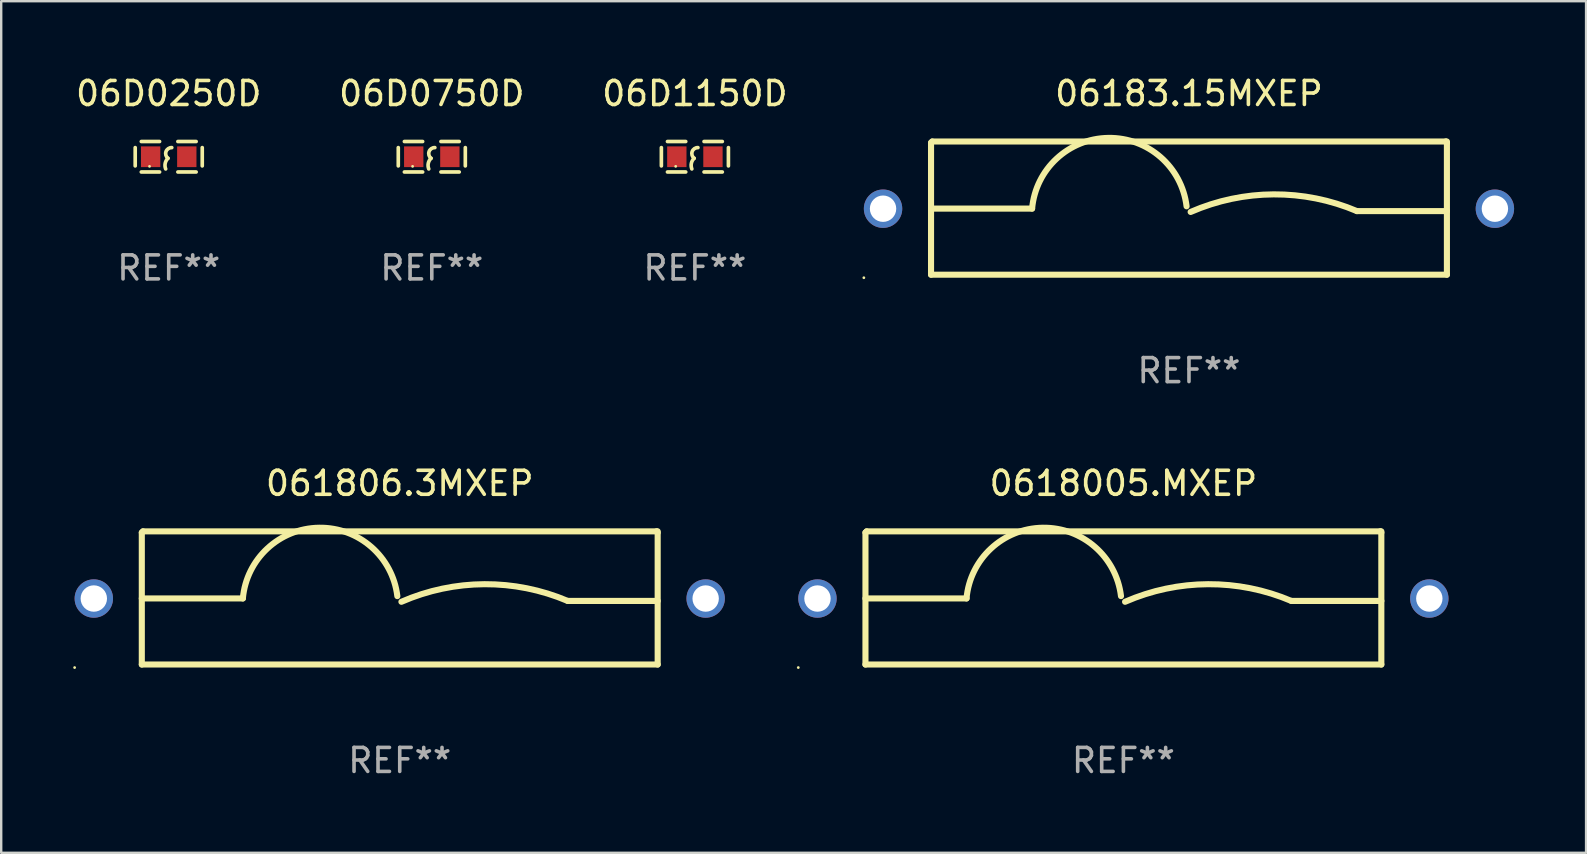
<source format=kicad_pcb>
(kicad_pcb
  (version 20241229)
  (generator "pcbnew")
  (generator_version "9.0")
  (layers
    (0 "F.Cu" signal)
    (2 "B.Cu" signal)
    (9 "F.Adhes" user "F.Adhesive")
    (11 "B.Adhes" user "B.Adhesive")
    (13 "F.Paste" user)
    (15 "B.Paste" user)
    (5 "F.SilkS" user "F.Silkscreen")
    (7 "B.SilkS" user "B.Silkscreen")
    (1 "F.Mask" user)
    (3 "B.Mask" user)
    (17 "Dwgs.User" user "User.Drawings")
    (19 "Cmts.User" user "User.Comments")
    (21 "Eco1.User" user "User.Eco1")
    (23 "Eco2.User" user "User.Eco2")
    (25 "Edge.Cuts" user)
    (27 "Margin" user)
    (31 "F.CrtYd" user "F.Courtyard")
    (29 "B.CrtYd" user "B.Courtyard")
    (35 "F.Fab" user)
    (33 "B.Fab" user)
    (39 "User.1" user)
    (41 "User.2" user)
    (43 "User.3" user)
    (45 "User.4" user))
  (footprint "061806.3MXEP"
    (layer "F.Cu")
    (at 13.61 21.87)
    (property "Reference" "061806.3MXEP" (at 0 -4.775 0) (layer "F.SilkS") (effects (font (size 1 1) (thickness 0.15))))
    (attr through_hole)
    (fp_line (start -10.75 -2.725) (end -10.7 -2.775) (stroke (width 0.254) (type solid)) (layer "F.SilkS"))
    (fp_line (start -10.75 2.775) (end -10.75 -2.725) (stroke (width 0.254) (type solid)) (layer "F.SilkS"))
    (fp_line (start -10.75 2.775) (end 10.75 2.775) (stroke (width 0.254) (type solid)) (layer "F.SilkS"))
    (fp_line (start -10.7 -2.775) (end 10.7 -2.775) (stroke (width 0.254) (type solid)) (layer "F.SilkS"))
    (fp_line (start -6.538 0.021) (end -10.75 0.021) (stroke (width 0.254) (type solid)) (layer "F.SilkS"))
    (fp_line (start 7 0.125) (end 10.75 0.125) (stroke (width 0.254) (type solid)) (layer "F.SilkS"))
    (fp_line (start 10.7 -2.775) (end 10.75 -2.725) (stroke (width 0.254) (type solid)) (layer "F.SilkS"))
    (fp_line (start 10.75 2.775) (end 10.75 -2.775) (stroke (width 0.254) (type solid)) (layer "F.SilkS"))
    (fp_arc (start -6.538277 0.020573) (mid -3.362163 -2.925392) (end -0.1 -0.075006) (stroke (width 0.254001) (type solid)) (layer "F.SilkS"))
    (fp_arc (start 0.069571 0.160528) (mid 3.531132 -0.572293) (end 7.000025 0.124994) (stroke (width 0.254001) (type solid)) (layer "F.SilkS"))
    (fp_circle (center -13.55 2.902) (end -13.52 2.902) (stroke (width 0.06) (type solid)) (fill no) (layer "F.SilkS"))
    (fp_text user "REF**" (at 0 6.775 0) (layer "F.Fab") (effects (font (size 1 1) (thickness 0.15))))
    (pad "1" thru_hole circle (at -12.75 0.025) (size 1.6 1.6) (drill 1.1) (layers "*.Cu" "*.Mask"))
    (pad "2" thru_hole circle (at 12.75 0.025) (size 1.6 1.6) (drill 1.1) (layers "*.Cu" "*.Mask")))
  (footprint "06183.15MXEP"
    (layer "F.Cu")
    (at 46.503 5.623)
    (property "Reference" "06183.15MXEP" (at 0 -4.775 0) (layer "F.SilkS") (effects (font (size 1 1) (thickness 0.15))))
    (attr through_hole)
    (fp_line (start -10.75 -2.725) (end -10.7 -2.775) (stroke (width 0.254) (type solid)) (layer "F.SilkS"))
    (fp_line (start -10.75 2.775) (end -10.75 -2.725) (stroke (width 0.254) (type solid)) (layer "F.SilkS"))
    (fp_line (start -10.75 2.775) (end 10.75 2.775) (stroke (width 0.254) (type solid)) (layer "F.SilkS"))
    (fp_line (start -10.7 -2.775) (end 10.7 -2.775) (stroke (width 0.254) (type solid)) (layer "F.SilkS"))
    (fp_line (start -6.538 0.021) (end -10.75 0.021) (stroke (width 0.254) (type solid)) (layer "F.SilkS"))
    (fp_line (start 7 0.125) (end 10.75 0.125) (stroke (width 0.254) (type solid)) (layer "F.SilkS"))
    (fp_line (start 10.7 -2.775) (end 10.75 -2.725) (stroke (width 0.254) (type solid)) (layer "F.SilkS"))
    (fp_line (start 10.75 2.775) (end 10.75 -2.775) (stroke (width 0.254) (type solid)) (layer "F.SilkS"))
    (fp_arc (start -6.538277 0.020573) (mid -3.362163 -2.925392) (end -0.1 -0.075006) (stroke (width 0.254001) (type solid)) (layer "F.SilkS"))
    (fp_arc (start 0.069571 0.160528) (mid 3.531132 -0.572293) (end 7.000025 0.124994) (stroke (width 0.254001) (type solid)) (layer "F.SilkS"))
    (fp_circle (center -13.55 2.902) (end -13.52 2.902) (stroke (width 0.06) (type solid)) (fill no) (layer "F.SilkS"))
    (fp_text user "REF**" (at 0 6.775 0) (layer "F.Fab") (effects (font (size 1 1) (thickness 0.15))))
    (pad "1" thru_hole circle (at -12.75 0.025) (size 1.6 1.6) (drill 1.1) (layers "*.Cu" "*.Mask"))
    (pad "2" thru_hole circle (at 12.75 0.025) (size 1.6 1.6) (drill 1.1) (layers "*.Cu" "*.Mask")))
  (footprint "06D0750D"
    (layer "F.Cu")
    (at 14.946 3.483)
    (property "Reference" "06D0750D" (at 0 -2.635 0) (layer "F.SilkS") (effects (font (size 1 1) (thickness 0.15))))
    (attr through_hole)
    (fp_line (start -1.397 -0.381) (end -1.397 0.381) (stroke (width 0.152) (type solid)) (layer "F.SilkS"))
    (fp_line (start -0.381 -0.635) (end -1.143 -0.635) (stroke (width 0.152) (type solid)) (layer "F.SilkS"))
    (fp_line (start -0.381 0.635) (end -1.143 0.635) (stroke (width 0.152) (type solid)) (layer "F.SilkS"))
    (fp_line (start 0.381 -0.635) (end 1.143 -0.635) (stroke (width 0.152) (type solid)) (layer "F.SilkS"))
    (fp_line (start 0.381 0.635) (end 1.143 0.635) (stroke (width 0.152) (type solid)) (layer "F.SilkS"))
    (fp_line (start 1.397 -0.381) (end 1.397 0.381) (stroke (width 0.152) (type solid)) (layer "F.SilkS"))
    (fp_arc (start -0.127 0.508001) (mid -0.146523 0.271131) (end -0.030861 0.0635) (stroke (width 0.151994) (type solid)) (layer "F.SilkS"))
    (fp_arc (start -0.03175 0.0635) (mid -0.113571 -0.216321) (end 0.127001 -0.381002) (stroke (width 0.151994) (type solid)) (layer "F.SilkS"))
    (fp_circle (center -0.8 0.4) (end -0.77 0.4) (stroke (width 0.06) (type solid)) (fill no) (layer "F.SilkS"))
    (fp_text user "REF**" (at 0 4.635 0) (layer "F.Fab") (effects (font (size 1 1) (thickness 0.15))))
    (pad "1" smd rect (at -0.753 0) (size 0.806 0.864) (layers "F.Cu" "F.Mask" "F.Paste"))
    (pad "2" smd rect (at 0.753 0) (size 0.806 0.864) (layers "F.Cu" "F.Mask" "F.Paste")))
  (footprint "06D1150D"
    (layer "F.Cu")
    (at 25.911 3.483)
    (property "Reference" "06D1150D" (at 0 -2.635 0) (layer "F.SilkS") (effects (font (size 1 1) (thickness 0.15))))
    (attr through_hole)
    (fp_line (start -1.397 -0.381) (end -1.397 0.381) (stroke (width 0.152) (type solid)) (layer "F.SilkS"))
    (fp_line (start -0.381 -0.635) (end -1.143 -0.635) (stroke (width 0.152) (type solid)) (layer "F.SilkS"))
    (fp_line (start -0.381 0.635) (end -1.143 0.635) (stroke (width 0.152) (type solid)) (layer "F.SilkS"))
    (fp_line (start 0.381 -0.635) (end 1.143 -0.635) (stroke (width 0.152) (type solid)) (layer "F.SilkS"))
    (fp_line (start 0.381 0.635) (end 1.143 0.635) (stroke (width 0.152) (type solid)) (layer "F.SilkS"))
    (fp_line (start 1.397 -0.381) (end 1.397 0.381) (stroke (width 0.152) (type solid)) (layer "F.SilkS"))
    (fp_arc (start -0.127 0.508001) (mid -0.146523 0.271131) (end -0.030861 0.0635) (stroke (width 0.151994) (type solid)) (layer "F.SilkS"))
    (fp_arc (start -0.03175 0.0635) (mid -0.113571 -0.216321) (end 0.127001 -0.381002) (stroke (width 0.151994) (type solid)) (layer "F.SilkS"))
    (fp_circle (center -0.8 0.4) (end -0.77 0.4) (stroke (width 0.06) (type solid)) (fill no) (layer "F.SilkS"))
    (fp_text user "REF**" (at 0 4.635 0) (layer "F.Fab") (effects (font (size 1 1) (thickness 0.15))))
    (pad "1" smd rect (at -0.753 0) (size 0.806 0.864) (layers "F.Cu" "F.Mask" "F.Paste"))
    (pad "2" smd rect (at 0.753 0) (size 0.806 0.864) (layers "F.Cu" "F.Mask" "F.Paste")))
  (footprint "0618005.MXEP"
    (layer "F.Cu")
    (at 43.77 21.87)
    (property "Reference" "0618005.MXEP" (at 0 -4.775 0) (layer "F.SilkS") (effects (font (size 1 1) (thickness 0.15))))
    (attr through_hole)
    (fp_line (start -10.75 -2.725) (end -10.7 -2.775) (stroke (width 0.254) (type solid)) (layer "F.SilkS"))
    (fp_line (start -10.75 2.775) (end -10.75 -2.725) (stroke (width 0.254) (type solid)) (layer "F.SilkS"))
    (fp_line (start -10.75 2.775) (end 10.75 2.775) (stroke (width 0.254) (type solid)) (layer "F.SilkS"))
    (fp_line (start -10.7 -2.775) (end 10.7 -2.775) (stroke (width 0.254) (type solid)) (layer "F.SilkS"))
    (fp_line (start -6.538 0.021) (end -10.75 0.021) (stroke (width 0.254) (type solid)) (layer "F.SilkS"))
    (fp_line (start 7 0.125) (end 10.75 0.125) (stroke (width 0.254) (type solid)) (layer "F.SilkS"))
    (fp_line (start 10.7 -2.775) (end 10.75 -2.725) (stroke (width 0.254) (type solid)) (layer "F.SilkS"))
    (fp_line (start 10.75 2.775) (end 10.75 -2.775) (stroke (width 0.254) (type solid)) (layer "F.SilkS"))
    (fp_arc (start -6.538277 0.020573) (mid -3.362163 -2.925392) (end -0.1 -0.075006) (stroke (width 0.254001) (type solid)) (layer "F.SilkS"))
    (fp_arc (start 0.069571 0.160528) (mid 3.531132 -0.572293) (end 7.000025 0.124994) (stroke (width 0.254001) (type solid)) (layer "F.SilkS"))
    (fp_circle (center -13.55 2.902) (end -13.52 2.902) (stroke (width 0.06) (type solid)) (fill no) (layer "F.SilkS"))
    (fp_text user "REF**" (at 0 6.775 0) (layer "F.Fab") (effects (font (size 1 1) (thickness 0.15))))
    (pad "1" thru_hole circle (at -12.75 0.025) (size 1.6 1.6) (drill 1.1) (layers "*.Cu" "*.Mask"))
    (pad "2" thru_hole circle (at 12.75 0.025) (size 1.6 1.6) (drill 1.1) (layers "*.Cu" "*.Mask")))
  (footprint "06D0250D"
    (layer "F.Cu")
    (at 3.982 3.483)
    (property "Reference" "06D0250D" (at 0 -2.635 0) (layer "F.SilkS") (effects (font (size 1 1) (thickness 0.15))))
    (attr through_hole)
    (fp_line (start -1.397 -0.381) (end -1.397 0.381) (stroke (width 0.152) (type solid)) (layer "F.SilkS"))
    (fp_line (start -0.381 -0.635) (end -1.143 -0.635) (stroke (width 0.152) (type solid)) (layer "F.SilkS"))
    (fp_line (start -0.381 0.635) (end -1.143 0.635) (stroke (width 0.152) (type solid)) (layer "F.SilkS"))
    (fp_line (start 0.381 -0.635) (end 1.143 -0.635) (stroke (width 0.152) (type solid)) (layer "F.SilkS"))
    (fp_line (start 0.381 0.635) (end 1.143 0.635) (stroke (width 0.152) (type solid)) (layer "F.SilkS"))
    (fp_line (start 1.397 -0.381) (end 1.397 0.381) (stroke (width 0.152) (type solid)) (layer "F.SilkS"))
    (fp_arc (start -0.127 0.508001) (mid -0.146523 0.271131) (end -0.030861 0.0635) (stroke (width 0.151994) (type solid)) (layer "F.SilkS"))
    (fp_arc (start -0.03175 0.0635) (mid -0.113571 -0.216321) (end 0.127001 -0.381002) (stroke (width 0.151994) (type solid)) (layer "F.SilkS"))
    (fp_circle (center -0.8 0.4) (end -0.77 0.4) (stroke (width 0.06) (type solid)) (fill no) (layer "F.SilkS"))
    (fp_text user "REF**" (at 0 4.635 0) (layer "F.Fab") (effects (font (size 1 1) (thickness 0.15))))
    (pad "1" smd rect (at -0.753 0) (size 0.806 0.864) (layers "F.Cu" "F.Mask" "F.Paste"))
    (pad "2" smd rect (at 0.753 0) (size 0.806 0.864) (layers "F.Cu" "F.Mask" "F.Paste")))
  (gr_rect
    (start -3 -3)
    (end 63.053 32.493)
    (stroke (width 0.1) (type default))
    (fill no)
    (layer "Edge.Cuts")))
</source>
